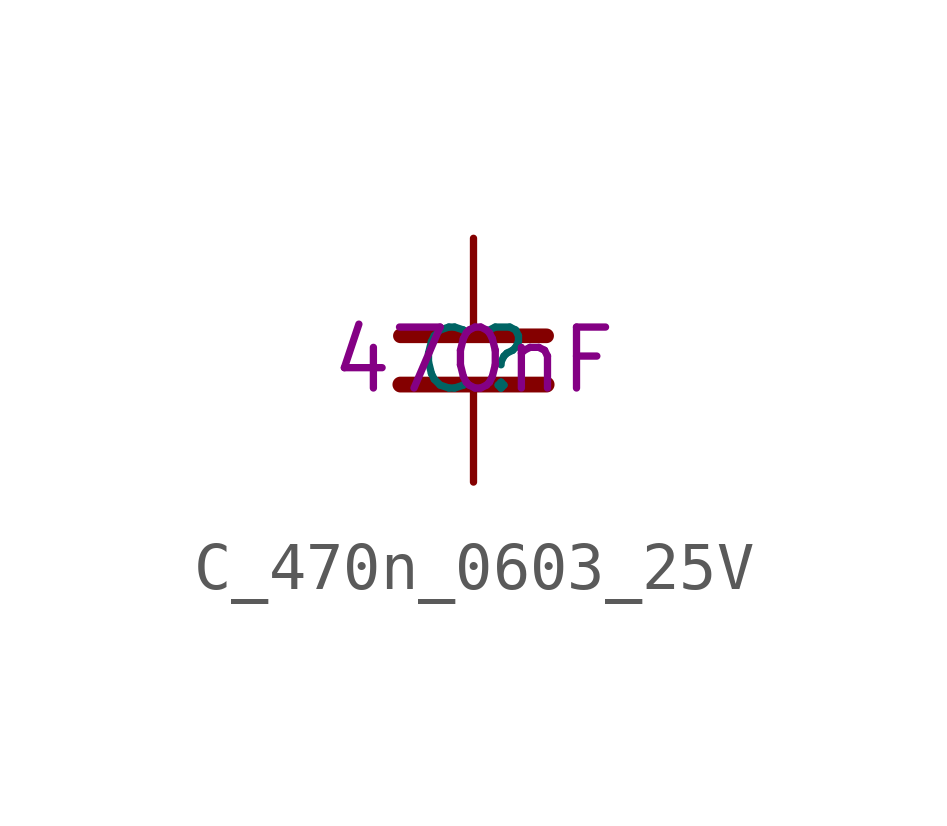
<source format=kicad_sym>
(kicad_symbol_lib
  (version 20220914)
  (generator kicad_symbol_editor)
  (symbol "C_470n_0603_25V"
    (pin_numbers hide)
    (pin_names
      (offset 0) hide)
    (property "Reference" "C"
      (at 0 0 0)
      (effects (font (size 1.27 1.27))))
    (property "Waarde" "470nF"
      (at 0 0 0)
      (effects (font (size 1.27 1.27))))
    (symbol "C_470n_0603_25V_0_1"
      (polyline (pts (xy -1.524 -0.508) (xy 1.524 -0.508)) (stroke (width 0.33) (type default)) (fill (type none)))
      (polyline (pts (xy -1.524 0.508) (xy 1.524 0.508)) (stroke (width 0.305) (type default)) (fill (type none))))
    (symbol "C_470n_0603_25V_1_1"
      (pin passive line (at 0 2.54 270) (length 2.032) (name "~" (effects (font (size 1.27 1.27)))) (number "1" (effects (font (size 1.27 1.27)))))
      (pin passive line (at 0 -2.54 90) (length 2.032) (name "~" (effects (font (size 1.27 1.27)))) (number "2" (effects (font (size 1.27 1.27))))))))
</source>
